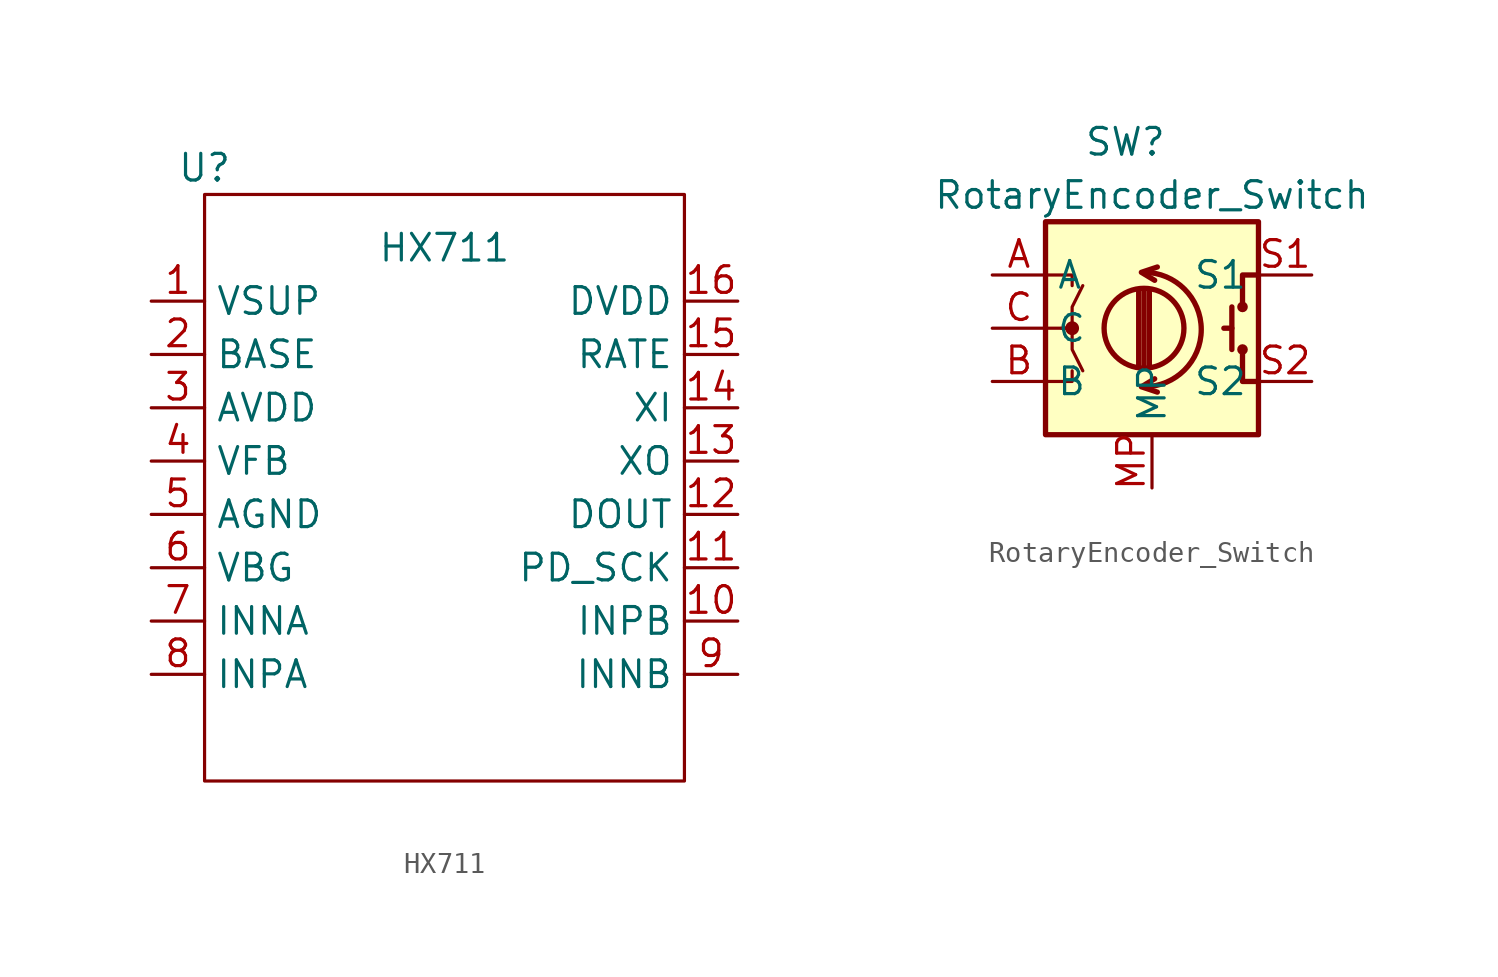
<source format=kicad_sym>
(kicad_symbol_lib
  (version 20211014)
  (generator kicad_symbol_editor)
  (symbol "HX711"
    (property "Reference" "U"
      (at 2.54 6.35 0)
      (effects (font (size 1.27 1.27))))
    (property "Value" "HX711"
      (at 13.97 2.54 0)
      (effects (font (size 1.27 1.27))))
    (symbol "HX711_0_1"
      (rectangle (start 2.54 5.08) (end 25.4 -22.86) (stroke (width 0) (type default) (color 0 0 0 0)) (fill (type none))))
    (symbol "HX711_1_1"
      (pin power_in line (at 0 0 0) (length 2.54) (name "VSUP" (effects (font (size 1.27 1.27)))) (number "1" (effects (font (size 1.27 1.27)))))
      (pin input line (at 27.94 -15.24 180) (length 2.54) (name "INPB" (effects (font (size 1.27 1.27)))) (number "10" (effects (font (size 1.27 1.27)))))
      (pin input line (at 27.94 -12.7 180) (length 2.54) (name "PD_SCK" (effects (font (size 1.27 1.27)))) (number "11" (effects (font (size 1.27 1.27)))))
      (pin output line (at 27.94 -10.16 180) (length 2.54) (name "DOUT" (effects (font (size 1.27 1.27)))) (number "12" (effects (font (size 1.27 1.27)))))
      (pin output line (at 27.94 -7.62 180) (length 2.54) (name "XO" (effects (font (size 1.27 1.27)))) (number "13" (effects (font (size 1.27 1.27)))))
      (pin input line (at 27.94 -5.08 180) (length 2.54) (name "XI" (effects (font (size 1.27 1.27)))) (number "14" (effects (font (size 1.27 1.27)))))
      (pin input line (at 27.94 -2.54 180) (length 2.54) (name "RATE" (effects (font (size 1.27 1.27)))) (number "15" (effects (font (size 1.27 1.27)))))
      (pin power_in line (at 27.94 0 180) (length 2.54) (name "DVDD" (effects (font (size 1.27 1.27)))) (number "16" (effects (font (size 1.27 1.27)))))
      (pin output line (at 0 -2.54 0) (length 2.54) (name "BASE" (effects (font (size 1.27 1.27)))) (number "2" (effects (font (size 1.27 1.27)))))
      (pin power_in line (at 0 -5.08 0) (length 2.54) (name "AVDD" (effects (font (size 1.27 1.27)))) (number "3" (effects (font (size 1.27 1.27)))))
      (pin input line (at 0 -7.62 0) (length 2.54) (name "VFB" (effects (font (size 1.27 1.27)))) (number "4" (effects (font (size 1.27 1.27)))))
      (pin passive line (at 0 -10.16 0) (length 2.54) (name "AGND" (effects (font (size 1.27 1.27)))) (number "5" (effects (font (size 1.27 1.27)))))
      (pin passive line (at 0 -12.7 0) (length 2.54) (name "VBG" (effects (font (size 1.27 1.27)))) (number "6" (effects (font (size 1.27 1.27)))))
      (pin input line (at 0 -15.24 0) (length 2.54) (name "INNA" (effects (font (size 1.27 1.27)))) (number "7" (effects (font (size 1.27 1.27)))))
      (pin input line (at 0 -17.78 0) (length 2.54) (name "INPA" (effects (font (size 1.27 1.27)))) (number "8" (effects (font (size 1.27 1.27)))))
      (pin input line (at 27.94 -17.78 180) (length 2.54) (name "INNB" (effects (font (size 1.27 1.27)))) (number "9" (effects (font (size 1.27 1.27)))))))
  (symbol "RotaryEncoder_Switch"
    (property "Reference" "SW"
      (at 6.35 11.43 0)
      (effects (font (size 1.27 1.27))))
    (property "Value" "RotaryEncoder_Switch"
      (at 7.62 8.89 0)
      (effects (font (size 1.27 1.27))))
    (symbol "RotaryEncoder_Switch_0_1"
      (polyline (pts (xy 6.985 0.762) (xy 6.985 4.318)) (stroke (width 0.254) (type default) (color 0 0 0 0)) (fill (type none)))
      (polyline (pts (xy 7.239 0.762) (xy 7.239 4.318)) (stroke (width 0.254) (type default) (color 0 0 0 0)) (fill (type none)))
      (polyline (pts (xy 7.493 4.318) (xy 7.493 0.762)) (stroke (width 0.254) (type default) (color 0 0 0 0)) (fill (type none)))
      (polyline (pts (xy 11.43 2.54) (xy 11.049 2.54)) (stroke (width 0.254) (type default) (color 0 0 0 0)) (fill (type none)))
      (polyline (pts (xy 11.43 3.556) (xy 11.43 1.524)) (stroke (width 0.254) (type default) (color 0 0 0 0)) (fill (type none)))
      (polyline (pts (xy 2.54 0) (xy 3.81 0) (xy 3.81 0.508)) (stroke (width 0) (type default) (color 0 0 0 0)) (fill (type none)))
      (polyline (pts (xy 2.54 5.08) (xy 3.81 5.08) (xy 3.81 4.572)) (stroke (width 0) (type default) (color 0 0 0 0)) (fill (type none)))
      (polyline (pts (xy 7.874 -0.508) (xy 7.112 -0.254) (xy 7.747 0.127)) (stroke (width 0.254) (type default) (color 0 0 0 0)) (fill (type none)))
      (polyline (pts (xy 7.874 5.461) (xy 7.112 5.207) (xy 7.747 4.826)) (stroke (width 0.254) (type default) (color 0 0 0 0)) (fill (type none)))
      (polyline (pts (xy 12.7 0) (xy 11.938 0) (xy 11.938 1.524)) (stroke (width 0.254) (type default) (color 0 0 0 0)) (fill (type none)))
      (polyline (pts (xy 12.7 5.08) (xy 11.938 5.08) (xy 11.938 3.556)) (stroke (width 0.254) (type default) (color 0 0 0 0)) (fill (type none)))
      (polyline (pts (xy 2.54 2.54) (xy 3.81 2.54) (xy 3.81 1.524) (xy 4.318 0.508)) (stroke (width 0) (type default) (color 0 0 0 0)) (fill (type none)))
      (polyline (pts (xy 3.302 2.54) (xy 3.81 2.54) (xy 3.81 3.556) (xy 4.318 4.572)) (stroke (width 0) (type default) (color 0 0 0 0)) (fill (type none)))
      (rectangle (start 2.54 7.62) (end 12.7 -2.54) (stroke (width 0.254) (type default) (color 0 0 0 0)) (fill (type background)))
      (circle (center 3.81 2.54) (radius 0.254) (stroke (width 0) (type default) (color 0 0 0 0)) (fill (type outline)))
      (arc (start 7.239 -0.254) (mid 9.9822 2.4765) (end 7.239 5.207) (stroke (width 0.254) (type default) (color 0 0 0 0)) (fill (type none)))
      (circle (center 7.239 2.54) (radius 1.905) (stroke (width 0.254) (type default) (color 0 0 0 0)) (fill (type none)))
      (circle (center 11.938 1.524) (radius 0.127) (stroke (width 0.254) (type default) (color 0 0 0 0)) (fill (type none)))
      (circle (center 11.938 3.556) (radius 0.127) (stroke (width 0.254) (type default) (color 0 0 0 0)) (fill (type none))))
    (symbol "RotaryEncoder_Switch_1_1"
      (pin passive line (at 0 5.08 0) (length 2.54) (name "A" (effects (font (size 1.27 1.27)))) (number "A" (effects (font (size 1.27 1.27)))))
      (pin passive line (at 0 0 0) (length 2.54) (name "B" (effects (font (size 1.27 1.27)))) (number "B" (effects (font (size 1.27 1.27)))))
      (pin passive line (at 0 2.54 0) (length 2.54) (name "C" (effects (font (size 1.27 1.27)))) (number "C" (effects (font (size 1.27 1.27)))))
      (pin passive line (at 7.62 -5.08 90) (length 2.54) (name "MP" (effects (font (size 1.27 1.27)))) (number "MP" (effects (font (size 1.27 1.27)))))
      (pin passive line (at 15.24 5.08 180) (length 2.54) (name "S1" (effects (font (size 1.27 1.27)))) (number "S1" (effects (font (size 1.27 1.27)))))
      (pin passive line (at 15.24 0 180) (length 2.54) (name "S2" (effects (font (size 1.27 1.27)))) (number "S2" (effects (font (size 1.27 1.27))))))))
</source>
